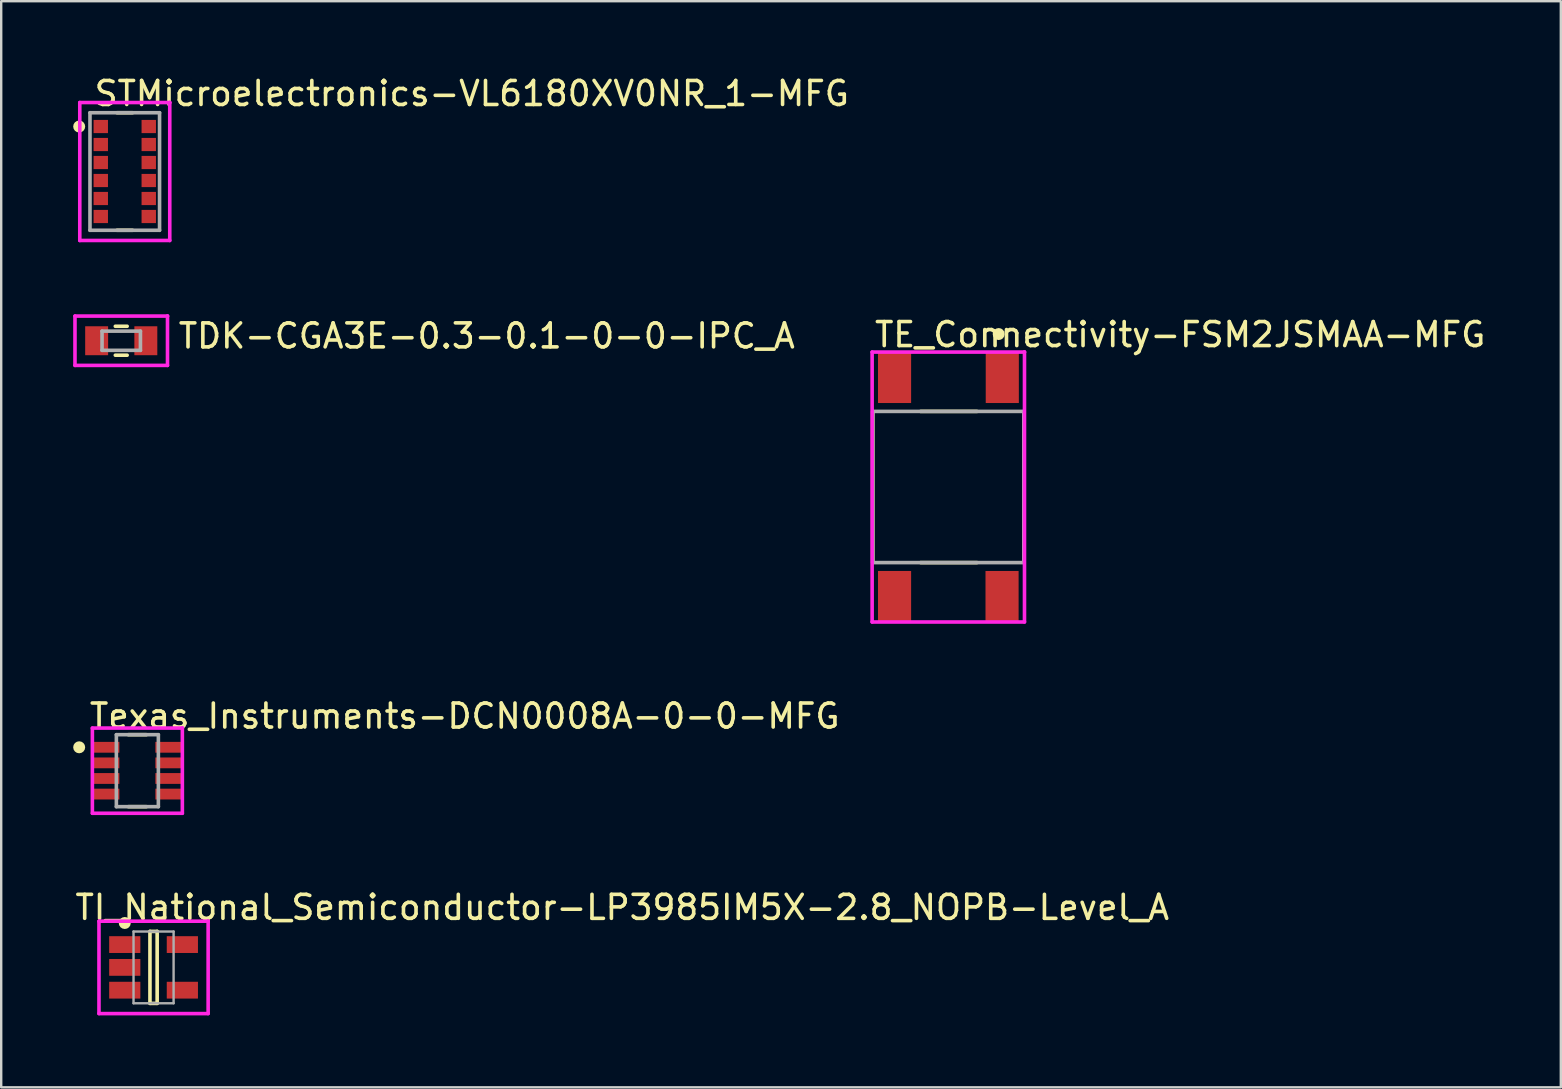
<source format=kicad_pcb>
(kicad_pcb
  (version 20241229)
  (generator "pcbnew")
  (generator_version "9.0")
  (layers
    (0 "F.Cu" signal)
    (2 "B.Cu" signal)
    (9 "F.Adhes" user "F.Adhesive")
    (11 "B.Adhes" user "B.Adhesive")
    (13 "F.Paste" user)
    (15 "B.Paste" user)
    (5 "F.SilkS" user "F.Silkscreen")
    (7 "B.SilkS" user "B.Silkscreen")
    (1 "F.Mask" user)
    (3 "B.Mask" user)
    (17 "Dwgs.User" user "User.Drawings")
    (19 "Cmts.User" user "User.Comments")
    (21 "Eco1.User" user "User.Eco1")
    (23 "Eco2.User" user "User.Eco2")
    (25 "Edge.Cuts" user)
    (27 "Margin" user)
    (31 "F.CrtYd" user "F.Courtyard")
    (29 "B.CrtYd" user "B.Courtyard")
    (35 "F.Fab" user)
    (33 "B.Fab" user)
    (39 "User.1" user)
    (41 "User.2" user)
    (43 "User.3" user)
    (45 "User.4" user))
  (footprint "TE_Connectivity-FSM2JSMAA-MFG"
    (layer "F.Cu")
    (at 36.473 17.247)
    (property "Reference" "TE_Connectivity-FSM2JSMAA-MFG" (at -3.15 -6.35 0) (layer "F.SilkS") (effects (font (size 1 1) (thickness 0.15)) (justify left)))
    (attr through_hole)
    (fp_line (start -3.15 3.15) (end -3.15 -3.15) (stroke (width 0.15) (type solid)) (layer "F.SilkS"))
    (fp_line (start -1.155 -3.15) (end 1.195 -3.15) (stroke (width 0.15) (type solid)) (layer "F.SilkS"))
    (fp_line (start -1.155 3.15) (end 1.195 3.15) (stroke (width 0.15) (type solid)) (layer "F.SilkS"))
    (fp_line (start 3.15 3.15) (end 3.15 -3.15) (stroke (width 0.15) (type solid)) (layer "F.SilkS"))
    (fp_circle (center 2.1 -6.375) (end 2.225 -6.375) (stroke (width 0.25) (type solid)) (fill no) (layer "F.SilkS"))
    (fp_line (start -3.175 -5.625) (end -3.175 5.625) (stroke (width 0.15) (type solid)) (layer "F.CrtYd"))
    (fp_line (start -3.175 5.625) (end 3.175 5.625) (stroke (width 0.15) (type solid)) (layer "F.CrtYd"))
    (fp_line (start 3.175 -5.625) (end -3.175 -5.625) (stroke (width 0.15) (type solid)) (layer "F.CrtYd"))
    (fp_line (start 3.175 -5.625) (end 3.175 -5.625) (stroke (width 0.15) (type solid)) (layer "F.CrtYd"))
    (fp_line (start 3.175 5.625) (end 3.175 -5.625) (stroke (width 0.15) (type solid)) (layer "F.CrtYd"))
    (fp_line (start -3.15 -3.15) (end 3.15 -3.15) (stroke (width 0.15) (type solid)) (layer "F.Fab"))
    (fp_line (start -3.15 3.15) (end -3.15 -3.15) (stroke (width 0.15) (type solid)) (layer "F.Fab"))
    (fp_line (start 3.15 -3.15) (end 3.15 3.15) (stroke (width 0.15) (type solid)) (layer "F.Fab"))
    (fp_line (start 3.15 3.15) (end -3.15 3.15) (stroke (width 0.15) (type solid)) (layer "F.Fab"))
    (pad "1" smd rect (at 2.25 -4.55) (size 1.38 2.1) (layers "F.Cu" "F.Mask" "F.Paste"))
    (pad "2" smd rect (at 2.24 4.55) (size 1.38 2.1) (layers "F.Cu" "F.Mask" "F.Paste"))
    (pad "3" smd rect (at -2.24 -4.55) (size 1.38 2.1) (layers "F.Cu" "F.Mask" "F.Paste"))
    (pad "4" smd rect (at -2.24 4.55) (size 1.38 2.1) (layers "F.Cu" "F.Mask" "F.Paste")))
  (footprint "TI_National_Semiconductor-LP3985IM5X-2.8_NOPB-Level_A"
    (layer "F.Cu")
    (at 3.35 37.268)
    (property "Reference" "TI_National_Semiconductor-LP3985IM5X-2.8_NOPB-Level_A" (at -3.35 -2.5 0) (layer "F.SilkS") (effects (font (size 1 1) (thickness 0.15)) (justify left)))
    (attr through_hole)
    (fp_line (start -0.15 -1.5) (end 0.15 -1.5) (stroke (width 0.15) (type solid)) (layer "F.SilkS"))
    (fp_line (start -0.15 1.5) (end -0.15 -1.5) (stroke (width 0.15) (type solid)) (layer "F.SilkS"))
    (fp_line (start -0.15 1.5) (end 0.15 1.5) (stroke (width 0.15) (type solid)) (layer "F.SilkS"))
    (fp_line (start 0.15 1.5) (end 0.15 -1.5) (stroke (width 0.15) (type solid)) (layer "F.SilkS"))
    (fp_circle (center -1.2 -1.85) (end -1.075 -1.85) (stroke (width 0.25) (type solid)) (fill no) (layer "F.SilkS"))
    (fp_line (start -2.275 -1.925) (end -2.275 1.925) (stroke (width 0.15) (type solid)) (layer "F.CrtYd"))
    (fp_line (start -2.275 1.925) (end 2.275 1.925) (stroke (width 0.15) (type solid)) (layer "F.CrtYd"))
    (fp_line (start 2.275 -1.925) (end -2.275 -1.925) (stroke (width 0.15) (type solid)) (layer "F.CrtYd"))
    (fp_line (start 2.275 -1.925) (end 2.275 -1.925) (stroke (width 0.15) (type solid)) (layer "F.CrtYd"))
    (fp_line (start 2.275 1.925) (end 2.275 -1.925) (stroke (width 0.15) (type solid)) (layer "F.CrtYd"))
    (fp_line (start -0.835 -1.495) (end 0.835 -1.495) (stroke (width 0.1) (type solid)) (layer "F.Fab"))
    (fp_line (start -0.835 1.495) (end -0.835 -1.495) (stroke (width 0.1) (type solid)) (layer "F.Fab"))
    (fp_line (start -0.835 1.495) (end 0.835 1.495) (stroke (width 0.1) (type solid)) (layer "F.Fab"))
    (fp_line (start 0.835 1.495) (end 0.835 -1.495) (stroke (width 0.1) (type solid)) (layer "F.Fab"))
    (pad "1" smd rect (at -1.2 -0.95 270) (size 0.7 1.3) (layers "F.Cu" "F.Mask" "F.Paste"))
    (pad "2" smd rect (at -1.2 -0.000001 270) (size 0.7 1.3) (layers "F.Cu" "F.Mask" "F.Paste"))
    (pad "3" smd rect (at -1.2 0.95 270) (size 0.7 1.3) (layers "F.Cu" "F.Mask" "F.Paste"))
    (pad "4" smd rect (at 1.2 0.95 270) (size 0.7 1.3) (layers "F.Cu" "F.Mask" "F.Paste"))
    (pad "5" smd rect (at 1.2 -0.95 270) (size 0.7 1.3) (layers "F.Cu" "F.Mask" "F.Paste")))
  (footprint "Texas_Instruments-DCN0008A-0-0-MFG"
    (layer "F.Cu")
    (at 2.675 29.07)
    (property "Reference" "Texas_Instruments-DCN0008A-0-0-MFG" (at -2.075 -2.275 0) (layer "F.SilkS") (effects (font (size 1 1) (thickness 0.15)) (justify left)))
    (attr through_hole)
    (fp_line (start -0.375 -1.5) (end 0.375 -1.5) (stroke (width 0.15) (type solid)) (layer "F.SilkS"))
    (fp_line (start -0.375 1.5) (end 0.375 1.5) (stroke (width 0.15) (type solid)) (layer "F.SilkS"))
    (fp_circle (center -2.425 -0.975) (end -2.3 -0.975) (stroke (width 0.25) (type solid)) (fill no) (layer "F.SilkS"))
    (fp_line (start -1.875 -1.775) (end -1.875 1.775) (stroke (width 0.15) (type solid)) (layer "F.CrtYd"))
    (fp_line (start -1.875 1.775) (end 1.875 1.775) (stroke (width 0.15) (type solid)) (layer "F.CrtYd"))
    (fp_line (start 1.875 -1.775) (end -1.875 -1.775) (stroke (width 0.15) (type solid)) (layer "F.CrtYd"))
    (fp_line (start 1.875 -1.775) (end 1.875 -1.775) (stroke (width 0.15) (type solid)) (layer "F.CrtYd"))
    (fp_line (start 1.875 1.775) (end 1.875 -1.775) (stroke (width 0.15) (type solid)) (layer "F.CrtYd"))
    (fp_line (start -0.875 -1.5) (end 0.875 -1.5) (stroke (width 0.15) (type solid)) (layer "F.Fab"))
    (fp_line (start -0.875 1.5) (end -0.875 -1.5) (stroke (width 0.15) (type solid)) (layer "F.Fab"))
    (fp_line (start 0.875 -1.5) (end 0.875 1.5) (stroke (width 0.15) (type solid)) (layer "F.Fab"))
    (fp_line (start 0.875 1.5) (end -0.875 1.5) (stroke (width 0.15) (type solid)) (layer "F.Fab"))
    (pad "1" smd rect (at -1.3 -0.975) (size 1.1 0.45) (layers "F.Cu" "F.Mask" "F.Paste"))
    (pad "2" smd rect (at -1.3 -0.325) (size 1.1 0.45) (layers "F.Cu" "F.Mask" "F.Paste"))
    (pad "3" smd rect (at -1.3 0.325) (size 1.1 0.45) (layers "F.Cu" "F.Mask" "F.Paste"))
    (pad "4" smd rect (at -1.3 0.975) (size 1.1 0.45) (layers "F.Cu" "F.Mask" "F.Paste"))
    (pad "5" smd rect (at 1.3 0.975) (size 1.1 0.45) (layers "F.Cu" "F.Mask" "F.Paste"))
    (pad "6" smd rect (at 1.3 0.325) (size 1.1 0.45) (layers "F.Cu" "F.Mask" "F.Paste"))
    (pad "7" smd rect (at 1.3 -0.325) (size 1.1 0.45) (layers "F.Cu" "F.Mask" "F.Paste"))
    (pad "8" smd rect (at 1.3 -0.975) (size 1.1 0.45) (layers "F.Cu" "F.Mask" "F.Paste")))
  (footprint "STMicroelectronics-VL6180XV0NR_1-MFG"
    (layer "F.Cu")
    (at 2.15 4.098)
    (property "Reference" "STMicroelectronics-VL6180XV0NR_1-MFG" (at -1.35 -3.25 0) (layer "F.SilkS") (effects (font (size 1 1) (thickness 0.15)) (justify left)))
    (attr through_hole)
    (fp_line (start -0.325 -2.45) (end 0.325 -2.45) (stroke (width 0.15) (type solid)) (layer "F.SilkS"))
    (fp_line (start -0.325 2.45) (end 0.325 2.45) (stroke (width 0.15) (type solid)) (layer "F.SilkS"))
    (fp_circle (center -1.9 -1.875) (end -1.775 -1.875) (stroke (width 0.25) (type solid)) (fill no) (layer "F.SilkS"))
    (fp_line (start -1.875 -2.875) (end -1.875 2.875) (stroke (width 0.15) (type solid)) (layer "F.CrtYd"))
    (fp_line (start -1.875 2.875) (end 1.875 2.875) (stroke (width 0.15) (type solid)) (layer "F.CrtYd"))
    (fp_line (start 1.875 -2.875) (end -1.875 -2.875) (stroke (width 0.15) (type solid)) (layer "F.CrtYd"))
    (fp_line (start 1.875 -2.875) (end 1.875 -2.875) (stroke (width 0.15) (type solid)) (layer "F.CrtYd"))
    (fp_line (start 1.875 2.875) (end 1.875 -2.875) (stroke (width 0.15) (type solid)) (layer "F.CrtYd"))
    (fp_line (start -1.45 -2.45) (end 1.45 -2.45) (stroke (width 0.15) (type solid)) (layer "F.Fab"))
    (fp_line (start -1.45 2.45) (end -1.45 -2.45) (stroke (width 0.15) (type solid)) (layer "F.Fab"))
    (fp_line (start 1.45 -2.45) (end 1.45 2.45) (stroke (width 0.15) (type solid)) (layer "F.Fab"))
    (fp_line (start 1.45 2.45) (end -1.45 2.45) (stroke (width 0.15) (type solid)) (layer "F.Fab"))
    (pad "1" smd rect (at -1 -1.875) (size 0.6 0.55) (layers "F.Cu" "F.Mask" "F.Paste"))
    (pad "2" smd rect (at -1 -1.125) (size 0.6 0.55) (layers "F.Cu" "F.Mask" "F.Paste"))
    (pad "3" smd rect (at -1 -0.375) (size 0.6 0.55) (layers "F.Cu" "F.Mask" "F.Paste"))
    (pad "4" smd rect (at -1 0.375) (size 0.6 0.55) (layers "F.Cu" "F.Mask" "F.Paste"))
    (pad "5" smd rect (at -1 1.125) (size 0.6 0.55) (layers "F.Cu" "F.Mask" "F.Paste"))
    (pad "6" smd rect (at -1 1.875) (size 0.6 0.55) (layers "F.Cu" "F.Mask" "F.Paste"))
    (pad "7" smd rect (at 1 1.875) (size 0.6 0.55) (layers "F.Cu" "F.Mask" "F.Paste"))
    (pad "8" smd rect (at 1 1.125) (size 0.6 0.55) (layers "F.Cu" "F.Mask" "F.Paste"))
    (pad "9" smd rect (at 1 0.375) (size 0.6 0.55) (layers "F.Cu" "F.Mask" "F.Paste"))
    (pad "10" smd rect (at 1 -0.375) (size 0.6 0.55) (layers "F.Cu" "F.Mask" "F.Paste"))
    (pad "11" smd rect (at 1 -1.125) (size 0.6 0.55) (layers "F.Cu" "F.Mask" "F.Paste"))
    (pad "12" smd rect (at 1 -1.875) (size 0.6 0.55) (layers "F.Cu" "F.Mask" "F.Paste")))
  (footprint "TDK-CGA3E-0.3-0.1-0-0-IPC_A"
    (layer "F.Cu")
    (at 2.003 11.151)
    (property "Reference" "TDK-CGA3E-0.3-0.1-0-0-IPC_A" (at 2.303 -0.2 0) (layer "F.SilkS") (effects (font (size 1 1) (thickness 0.15)) (justify left)))
    (attr through_hole)
    (fp_line (start -0.247 -0.603) (end 0.247 -0.603) (stroke (width 0.15) (type solid)) (layer "F.SilkS"))
    (fp_line (start -0.247 0.603) (end 0.247 0.603) (stroke (width 0.15) (type solid)) (layer "F.SilkS"))
    (fp_line (start -1.928 -1.028) (end -1.928 1.028) (stroke (width 0.15) (type solid)) (layer "F.CrtYd"))
    (fp_line (start -1.928 1.028) (end 1.928 1.028) (stroke (width 0.15) (type solid)) (layer "F.CrtYd"))
    (fp_line (start 1.928 -1.028) (end -1.928 -1.028) (stroke (width 0.15) (type solid)) (layer "F.CrtYd"))
    (fp_line (start 1.928 -1.028) (end 1.928 -1.028) (stroke (width 0.15) (type solid)) (layer "F.CrtYd"))
    (fp_line (start 1.928 1.028) (end 1.928 -1.028) (stroke (width 0.15) (type solid)) (layer "F.CrtYd"))
    (fp_line (start -0.8 -0.4) (end 0.8 -0.4) (stroke (width 0.15) (type solid)) (layer "F.Fab"))
    (fp_line (start -0.8 0.4) (end -0.8 -0.4) (stroke (width 0.15) (type solid)) (layer "F.Fab"))
    (fp_line (start 0.8 -0.4) (end 0.8 0.4) (stroke (width 0.15) (type solid)) (layer "F.Fab"))
    (fp_line (start 0.8 0.4) (end -0.8 0.4) (stroke (width 0.15) (type solid)) (layer "F.Fab"))
    (pad "1" smd rect (at -1.025 0.000001) (size 0.956 1.206) (layers "F.Cu" "F.Mask" "F.Paste"))
    (pad "2" smd rect (at 1.025 0.000001) (size 0.956 1.206) (layers "F.Cu" "F.Mask" "F.Paste")))
  (gr_rect
    (start -3 -3)
    (end 62.001 42.268)
    (stroke (width 0.1) (type default))
    (fill no)
    (layer "Edge.Cuts")))
</source>
